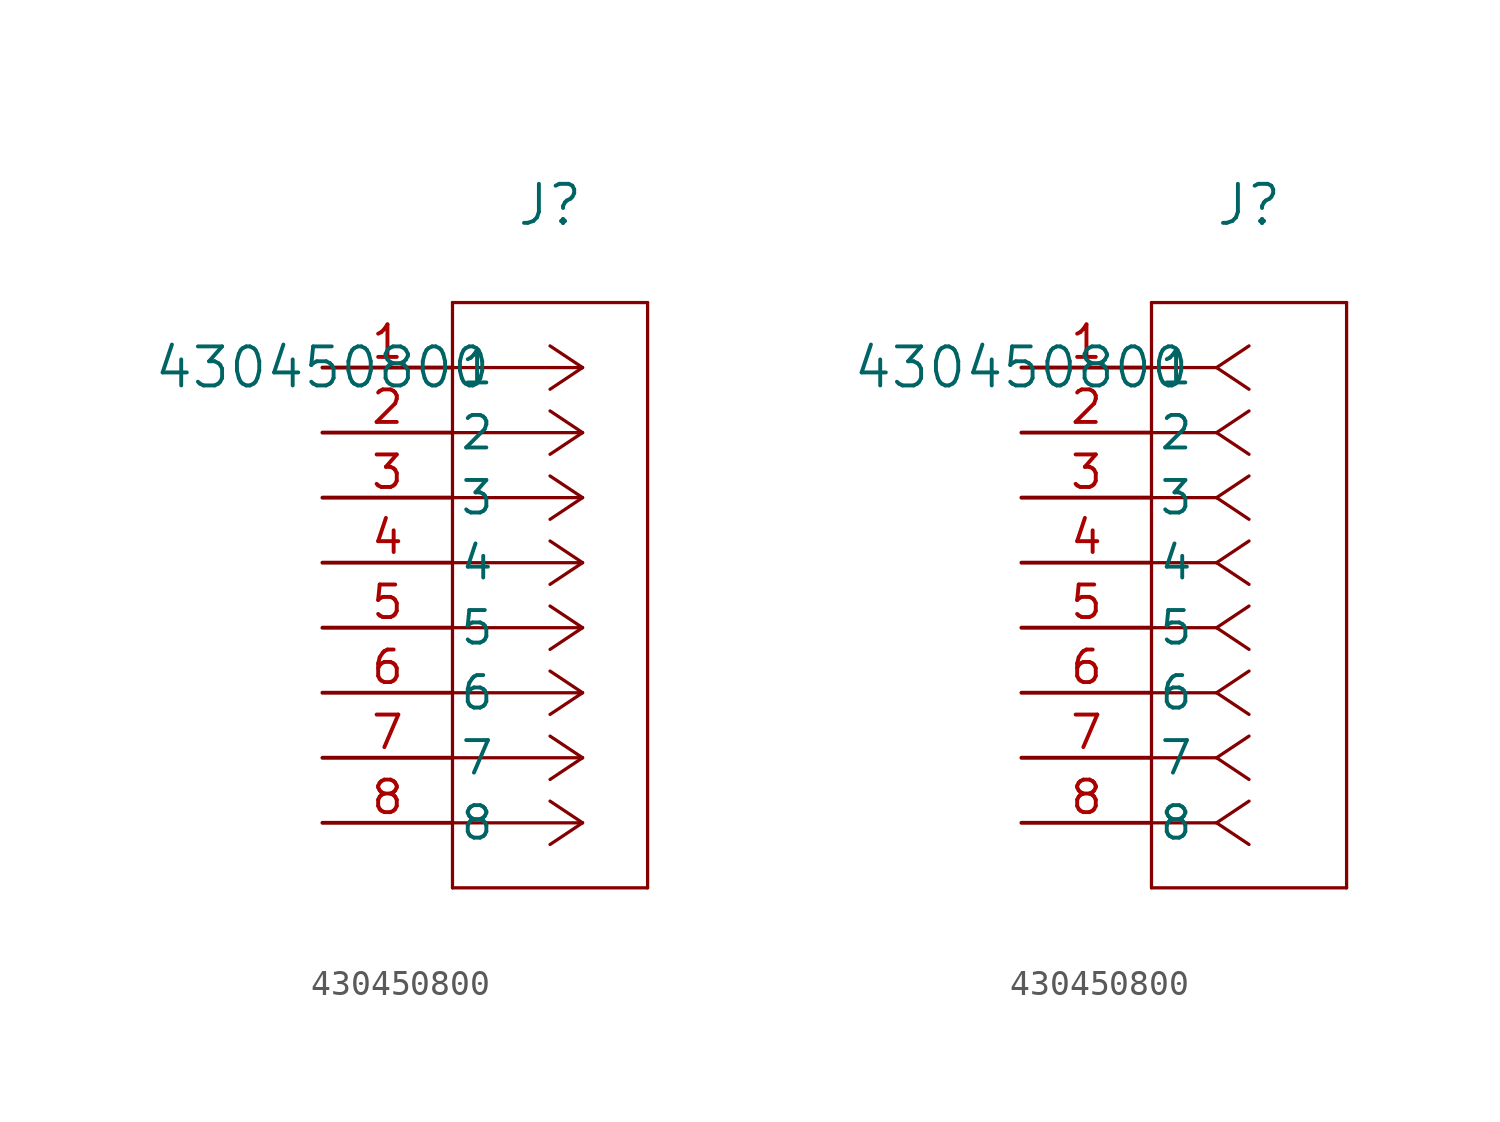
<source format=kicad_sym>
(kicad_symbol_lib
  (version 20211014)
  (generator kicad_symbol_editor)
  (symbol "430450800"
    (pin_names
      (offset 0.254))
    (property "Reference" "J"
      (at 8.89 6.35 0)
      (effects (font (size 1.524 1.524))))
    (property "Value" "430450800"
      (at 0 0 0)
      (effects (font (size 1.524 1.524))))
    (symbol "430450800_1_1"
      (polyline (pts (xy 10.16 0) (xy 5.08 0)) (stroke (width 0.127) (type default) (color 0 0 0 0)) (fill (type none)))
      (polyline (pts (xy 10.16 -2.54) (xy 5.08 -2.54)) (stroke (width 0.127) (type default) (color 0 0 0 0)) (fill (type none)))
      (polyline (pts (xy 10.16 -5.08) (xy 5.08 -5.08)) (stroke (width 0.127) (type default) (color 0 0 0 0)) (fill (type none)))
      (polyline (pts (xy 10.16 -7.62) (xy 5.08 -7.62)) (stroke (width 0.127) (type default) (color 0 0 0 0)) (fill (type none)))
      (polyline (pts (xy 10.16 -10.16) (xy 5.08 -10.16)) (stroke (width 0.127) (type default) (color 0 0 0 0)) (fill (type none)))
      (polyline (pts (xy 10.16 -12.7) (xy 5.08 -12.7)) (stroke (width 0.127) (type default) (color 0 0 0 0)) (fill (type none)))
      (polyline (pts (xy 10.16 -15.24) (xy 5.08 -15.24)) (stroke (width 0.127) (type default) (color 0 0 0 0)) (fill (type none)))
      (polyline (pts (xy 10.16 -17.78) (xy 5.08 -17.78)) (stroke (width 0.127) (type default) (color 0 0 0 0)) (fill (type none)))
      (polyline (pts (xy 10.16 0) (xy 8.89 0.847)) (stroke (width 0.127) (type default) (color 0 0 0 0)) (fill (type none)))
      (polyline (pts (xy 10.16 -2.54) (xy 8.89 -1.693)) (stroke (width 0.127) (type default) (color 0 0 0 0)) (fill (type none)))
      (polyline (pts (xy 10.16 -5.08) (xy 8.89 -4.233)) (stroke (width 0.127) (type default) (color 0 0 0 0)) (fill (type none)))
      (polyline (pts (xy 10.16 -7.62) (xy 8.89 -6.773)) (stroke (width 0.127) (type default) (color 0 0 0 0)) (fill (type none)))
      (polyline (pts (xy 10.16 -10.16) (xy 8.89 -9.313)) (stroke (width 0.127) (type default) (color 0 0 0 0)) (fill (type none)))
      (polyline (pts (xy 10.16 -12.7) (xy 8.89 -11.853)) (stroke (width 0.127) (type default) (color 0 0 0 0)) (fill (type none)))
      (polyline (pts (xy 10.16 -15.24) (xy 8.89 -14.393)) (stroke (width 0.127) (type default) (color 0 0 0 0)) (fill (type none)))
      (polyline (pts (xy 10.16 -17.78) (xy 8.89 -16.933)) (stroke (width 0.127) (type default) (color 0 0 0 0)) (fill (type none)))
      (polyline (pts (xy 10.16 0) (xy 8.89 -0.847)) (stroke (width 0.127) (type default) (color 0 0 0 0)) (fill (type none)))
      (polyline (pts (xy 10.16 -2.54) (xy 8.89 -3.387)) (stroke (width 0.127) (type default) (color 0 0 0 0)) (fill (type none)))
      (polyline (pts (xy 10.16 -5.08) (xy 8.89 -5.927)) (stroke (width 0.127) (type default) (color 0 0 0 0)) (fill (type none)))
      (polyline (pts (xy 10.16 -7.62) (xy 8.89 -8.467)) (stroke (width 0.127) (type default) (color 0 0 0 0)) (fill (type none)))
      (polyline (pts (xy 10.16 -10.16) (xy 8.89 -11.007)) (stroke (width 0.127) (type default) (color 0 0 0 0)) (fill (type none)))
      (polyline (pts (xy 10.16 -12.7) (xy 8.89 -13.547)) (stroke (width 0.127) (type default) (color 0 0 0 0)) (fill (type none)))
      (polyline (pts (xy 10.16 -15.24) (xy 8.89 -16.087)) (stroke (width 0.127) (type default) (color 0 0 0 0)) (fill (type none)))
      (polyline (pts (xy 10.16 -17.78) (xy 8.89 -18.627)) (stroke (width 0.127) (type default) (color 0 0 0 0)) (fill (type none)))
      (polyline (pts (xy 5.08 2.54) (xy 5.08 -20.32)) (stroke (width 0.127) (type default) (color 0 0 0 0)) (fill (type none)))
      (polyline (pts (xy 5.08 -20.32) (xy 12.7 -20.32)) (stroke (width 0.127) (type default) (color 0 0 0 0)) (fill (type none)))
      (polyline (pts (xy 12.7 -20.32) (xy 12.7 2.54)) (stroke (width 0.127) (type default) (color 0 0 0 0)) (fill (type none)))
      (polyline (pts (xy 12.7 2.54) (xy 5.08 2.54)) (stroke (width 0.127) (type default) (color 0 0 0 0)) (fill (type none)))
      (pin unspecified line (at 0 0 0) (length 5.08) (name "1" (effects (font (size 1.27 1.27)))) (number "1" (effects (font (size 1.27 1.27)))))
      (pin unspecified line (at 0 -2.54 0) (length 5.08) (name "2" (effects (font (size 1.27 1.27)))) (number "2" (effects (font (size 1.27 1.27)))))
      (pin unspecified line (at 0 -5.08 0) (length 5.08) (name "3" (effects (font (size 1.27 1.27)))) (number "3" (effects (font (size 1.27 1.27)))))
      (pin unspecified line (at 0 -7.62 0) (length 5.08) (name "4" (effects (font (size 1.27 1.27)))) (number "4" (effects (font (size 1.27 1.27)))))
      (pin unspecified line (at 0 -10.16 0) (length 5.08) (name "5" (effects (font (size 1.27 1.27)))) (number "5" (effects (font (size 1.27 1.27)))))
      (pin unspecified line (at 0 -12.7 0) (length 5.08) (name "6" (effects (font (size 1.27 1.27)))) (number "6" (effects (font (size 1.27 1.27)))))
      (pin unspecified line (at 0 -15.24 0) (length 5.08) (name "7" (effects (font (size 1.27 1.27)))) (number "7" (effects (font (size 1.27 1.27)))))
      (pin unspecified line (at 0 -17.78 0) (length 5.08) (name "8" (effects (font (size 1.27 1.27)))) (number "8" (effects (font (size 1.27 1.27))))))
    (symbol "430450800_1_2"
      (polyline (pts (xy 7.62 0) (xy 5.08 0)) (stroke (width 0.127) (type default) (color 0 0 0 0)) (fill (type none)))
      (polyline (pts (xy 7.62 -2.54) (xy 5.08 -2.54)) (stroke (width 0.127) (type default) (color 0 0 0 0)) (fill (type none)))
      (polyline (pts (xy 7.62 -5.08) (xy 5.08 -5.08)) (stroke (width 0.127) (type default) (color 0 0 0 0)) (fill (type none)))
      (polyline (pts (xy 7.62 -7.62) (xy 5.08 -7.62)) (stroke (width 0.127) (type default) (color 0 0 0 0)) (fill (type none)))
      (polyline (pts (xy 7.62 -10.16) (xy 5.08 -10.16)) (stroke (width 0.127) (type default) (color 0 0 0 0)) (fill (type none)))
      (polyline (pts (xy 7.62 -12.7) (xy 5.08 -12.7)) (stroke (width 0.127) (type default) (color 0 0 0 0)) (fill (type none)))
      (polyline (pts (xy 7.62 -15.24) (xy 5.08 -15.24)) (stroke (width 0.127) (type default) (color 0 0 0 0)) (fill (type none)))
      (polyline (pts (xy 7.62 -17.78) (xy 5.08 -17.78)) (stroke (width 0.127) (type default) (color 0 0 0 0)) (fill (type none)))
      (polyline (pts (xy 7.62 0) (xy 8.89 0.847)) (stroke (width 0.127) (type default) (color 0 0 0 0)) (fill (type none)))
      (polyline (pts (xy 7.62 -2.54) (xy 8.89 -1.693)) (stroke (width 0.127) (type default) (color 0 0 0 0)) (fill (type none)))
      (polyline (pts (xy 7.62 -5.08) (xy 8.89 -4.233)) (stroke (width 0.127) (type default) (color 0 0 0 0)) (fill (type none)))
      (polyline (pts (xy 7.62 -7.62) (xy 8.89 -6.773)) (stroke (width 0.127) (type default) (color 0 0 0 0)) (fill (type none)))
      (polyline (pts (xy 7.62 -10.16) (xy 8.89 -9.313)) (stroke (width 0.127) (type default) (color 0 0 0 0)) (fill (type none)))
      (polyline (pts (xy 7.62 -12.7) (xy 8.89 -11.853)) (stroke (width 0.127) (type default) (color 0 0 0 0)) (fill (type none)))
      (polyline (pts (xy 7.62 -15.24) (xy 8.89 -14.393)) (stroke (width 0.127) (type default) (color 0 0 0 0)) (fill (type none)))
      (polyline (pts (xy 7.62 -17.78) (xy 8.89 -16.933)) (stroke (width 0.127) (type default) (color 0 0 0 0)) (fill (type none)))
      (polyline (pts (xy 7.62 0) (xy 8.89 -0.847)) (stroke (width 0.127) (type default) (color 0 0 0 0)) (fill (type none)))
      (polyline (pts (xy 7.62 -2.54) (xy 8.89 -3.387)) (stroke (width 0.127) (type default) (color 0 0 0 0)) (fill (type none)))
      (polyline (pts (xy 7.62 -5.08) (xy 8.89 -5.927)) (stroke (width 0.127) (type default) (color 0 0 0 0)) (fill (type none)))
      (polyline (pts (xy 7.62 -7.62) (xy 8.89 -8.467)) (stroke (width 0.127) (type default) (color 0 0 0 0)) (fill (type none)))
      (polyline (pts (xy 7.62 -10.16) (xy 8.89 -11.007)) (stroke (width 0.127) (type default) (color 0 0 0 0)) (fill (type none)))
      (polyline (pts (xy 7.62 -12.7) (xy 8.89 -13.547)) (stroke (width 0.127) (type default) (color 0 0 0 0)) (fill (type none)))
      (polyline (pts (xy 7.62 -15.24) (xy 8.89 -16.087)) (stroke (width 0.127) (type default) (color 0 0 0 0)) (fill (type none)))
      (polyline (pts (xy 7.62 -17.78) (xy 8.89 -18.627)) (stroke (width 0.127) (type default) (color 0 0 0 0)) (fill (type none)))
      (polyline (pts (xy 5.08 2.54) (xy 5.08 -20.32)) (stroke (width 0.127) (type default) (color 0 0 0 0)) (fill (type none)))
      (polyline (pts (xy 5.08 -20.32) (xy 12.7 -20.32)) (stroke (width 0.127) (type default) (color 0 0 0 0)) (fill (type none)))
      (polyline (pts (xy 12.7 -20.32) (xy 12.7 2.54)) (stroke (width 0.127) (type default) (color 0 0 0 0)) (fill (type none)))
      (polyline (pts (xy 12.7 2.54) (xy 5.08 2.54)) (stroke (width 0.127) (type default) (color 0 0 0 0)) (fill (type none)))
      (pin unspecified line (at 0 0 0) (length 5.08) (name "1" (effects (font (size 1.27 1.27)))) (number "1" (effects (font (size 1.27 1.27)))))
      (pin unspecified line (at 0 -2.54 0) (length 5.08) (name "2" (effects (font (size 1.27 1.27)))) (number "2" (effects (font (size 1.27 1.27)))))
      (pin unspecified line (at 0 -5.08 0) (length 5.08) (name "3" (effects (font (size 1.27 1.27)))) (number "3" (effects (font (size 1.27 1.27)))))
      (pin unspecified line (at 0 -7.62 0) (length 5.08) (name "4" (effects (font (size 1.27 1.27)))) (number "4" (effects (font (size 1.27 1.27)))))
      (pin unspecified line (at 0 -10.16 0) (length 5.08) (name "5" (effects (font (size 1.27 1.27)))) (number "5" (effects (font (size 1.27 1.27)))))
      (pin unspecified line (at 0 -12.7 0) (length 5.08) (name "6" (effects (font (size 1.27 1.27)))) (number "6" (effects (font (size 1.27 1.27)))))
      (pin unspecified line (at 0 -15.24 0) (length 5.08) (name "7" (effects (font (size 1.27 1.27)))) (number "7" (effects (font (size 1.27 1.27)))))
      (pin unspecified line (at 0 -17.78 0) (length 5.08) (name "8" (effects (font (size 1.27 1.27)))) (number "8" (effects (font (size 1.27 1.27))))))))
</source>
